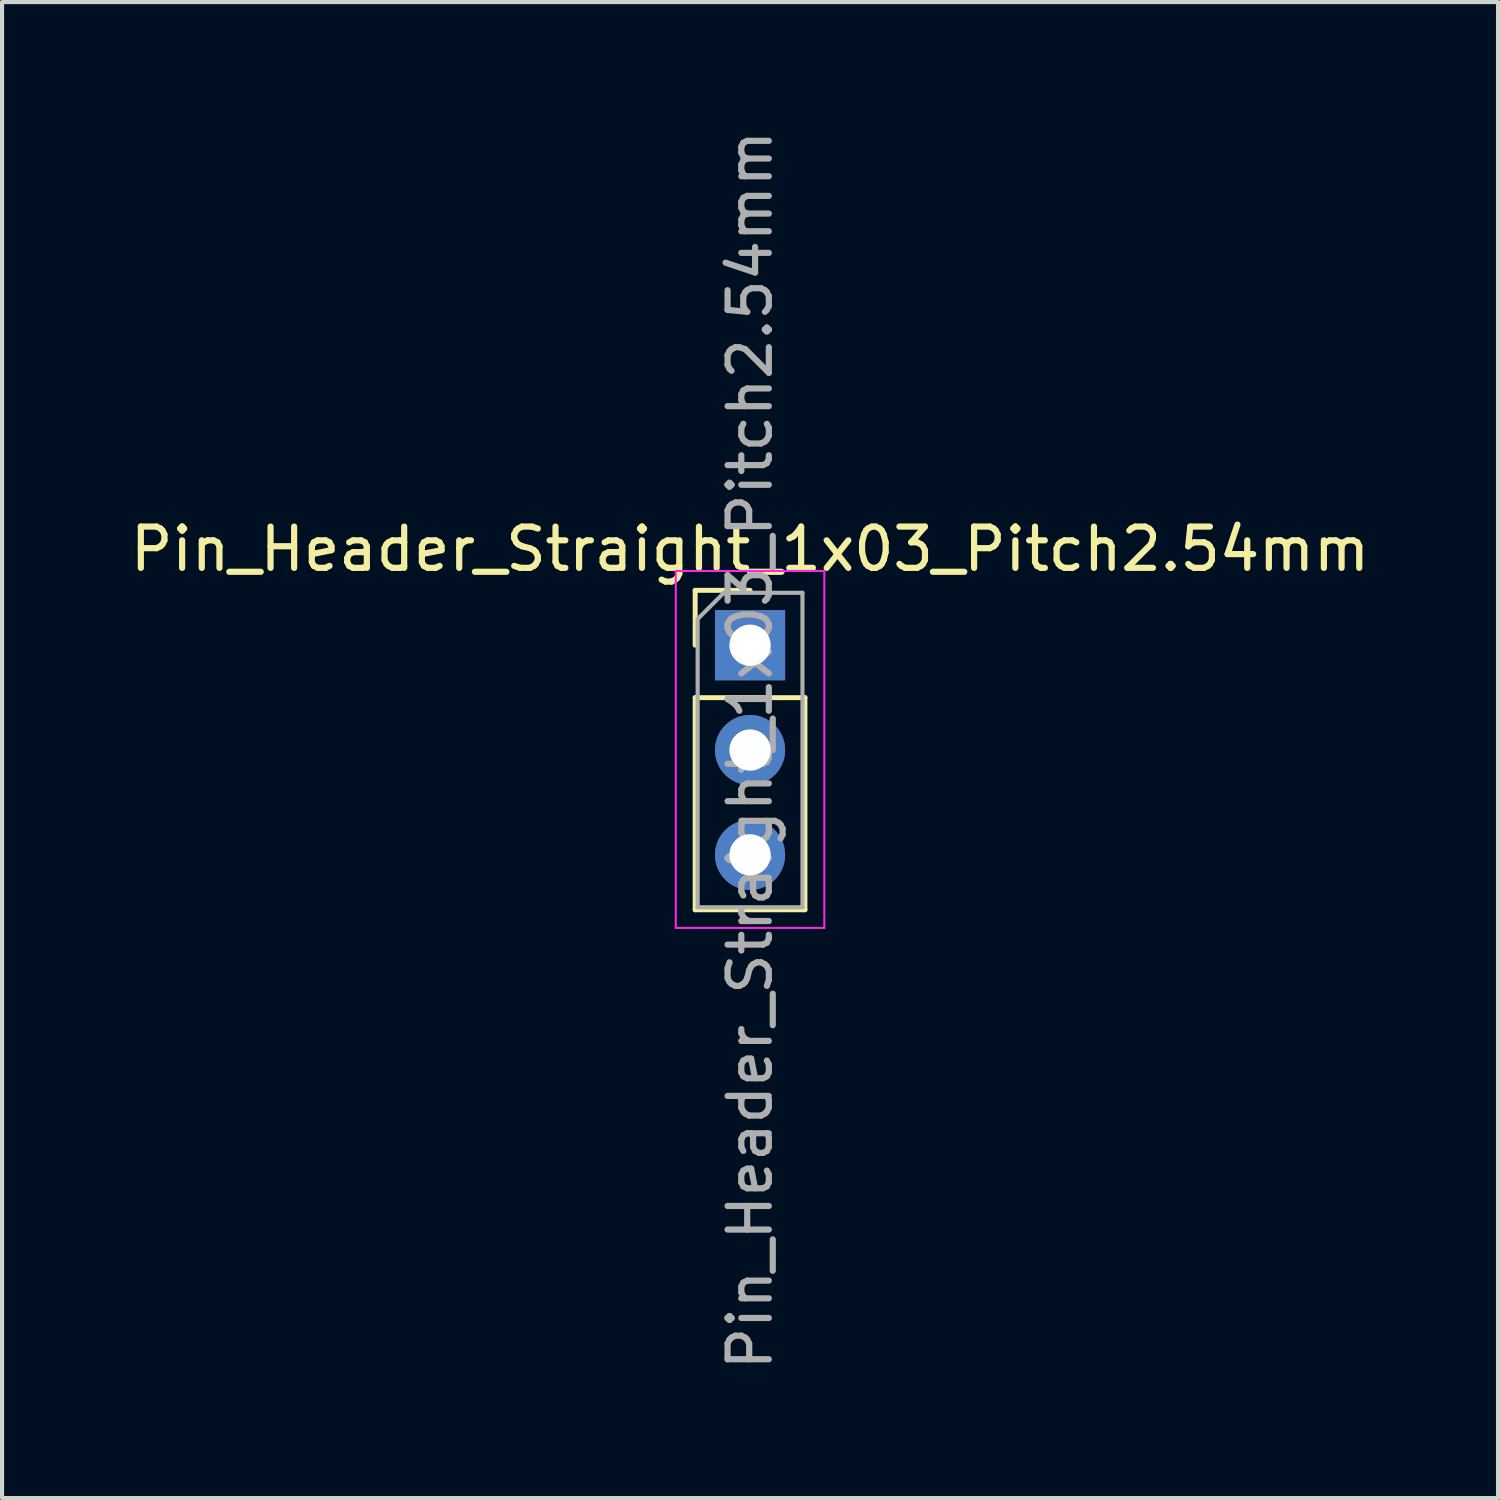
<source format=kicad_pcb>
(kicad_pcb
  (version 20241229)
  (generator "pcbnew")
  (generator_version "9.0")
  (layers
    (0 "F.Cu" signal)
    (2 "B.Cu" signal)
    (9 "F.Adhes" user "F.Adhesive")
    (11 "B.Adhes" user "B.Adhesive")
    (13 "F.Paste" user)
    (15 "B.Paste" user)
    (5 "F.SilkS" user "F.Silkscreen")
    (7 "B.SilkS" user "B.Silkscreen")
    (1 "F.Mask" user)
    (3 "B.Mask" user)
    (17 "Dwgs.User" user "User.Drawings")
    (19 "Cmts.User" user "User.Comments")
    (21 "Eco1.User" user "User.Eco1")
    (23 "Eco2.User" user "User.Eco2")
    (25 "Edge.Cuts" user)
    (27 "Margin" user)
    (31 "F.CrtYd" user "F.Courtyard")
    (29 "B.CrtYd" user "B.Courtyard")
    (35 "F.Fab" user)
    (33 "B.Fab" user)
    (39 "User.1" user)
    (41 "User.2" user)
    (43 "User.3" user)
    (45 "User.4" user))
  (footprint "Pin_Header_Straight_1x03_Pitch2.54mm"
    (layer "F.Cu")
    (at 15.125 12.585)
    (property "Reference" "Pin_Header_Straight_1x03_Pitch2.54mm" (at 0 -2.33 0) (layer "F.SilkS") (effects (font (size 1 1) (thickness 0.15))))
    (attr through_hole)
    (fp_line (start -1.33 -1.33) (end 0 -1.33) (stroke (width 0.12) (type solid)) (layer "F.SilkS"))
    (fp_line (start -1.33 0) (end -1.33 -1.33) (stroke (width 0.12) (type solid)) (layer "F.SilkS"))
    (fp_line (start -1.33 1.27) (end -1.33 6.41) (stroke (width 0.12) (type solid)) (layer "F.SilkS"))
    (fp_line (start -1.33 1.27) (end 1.33 1.27) (stroke (width 0.12) (type solid)) (layer "F.SilkS"))
    (fp_line (start -1.33 6.41) (end 1.33 6.41) (stroke (width 0.12) (type solid)) (layer "F.SilkS"))
    (fp_line (start 1.33 1.27) (end 1.33 6.41) (stroke (width 0.12) (type solid)) (layer "F.SilkS"))
    (fp_line (start -1.8 -1.8) (end -1.8 6.85) (stroke (width 0.05) (type solid)) (layer "F.CrtYd"))
    (fp_line (start -1.8 6.85) (end 1.8 6.85) (stroke (width 0.05) (type solid)) (layer "F.CrtYd"))
    (fp_line (start 1.8 -1.8) (end -1.8 -1.8) (stroke (width 0.05) (type solid)) (layer "F.CrtYd"))
    (fp_line (start 1.8 6.85) (end 1.8 -1.8) (stroke (width 0.05) (type solid)) (layer "F.CrtYd"))
    (fp_line (start -1.27 -0.635) (end -0.635 -1.27) (stroke (width 0.1) (type solid)) (layer "F.Fab"))
    (fp_line (start -1.27 6.35) (end -1.27 -0.635) (stroke (width 0.1) (type solid)) (layer "F.Fab"))
    (fp_line (start -0.635 -1.27) (end 1.27 -1.27) (stroke (width 0.1) (type solid)) (layer "F.Fab"))
    (fp_line (start 1.27 -1.27) (end 1.27 6.35) (stroke (width 0.1) (type solid)) (layer "F.Fab"))
    (fp_line (start 1.27 6.35) (end -1.27 6.35) (stroke (width 0.1) (type solid)) (layer "F.Fab"))
    (fp_text user "${REFERENCE}" (at 0 2.54 90) (layer "F.Fab") (effects (font (size 1 1) (thickness 0.15))))
    (pad "1" thru_hole rect (at 0 0) (size 1.7 1.7) (drill 1) (layers "*.Cu" "*.Mask"))
    (pad "2" thru_hole oval (at 0 2.54) (size 1.7 1.7) (drill 1) (layers "*.Cu" "*.Mask"))
    (pad "3" thru_hole oval (at 0 5.08) (size 1.7 1.7) (drill 1) (layers "*.Cu" "*.Mask")))
  (gr_rect
    (start -3 -3)
    (end 33.25 33.25)
    (stroke (width 0.1) (type default))
    (fill no)
    (layer "Edge.Cuts")))
</source>
